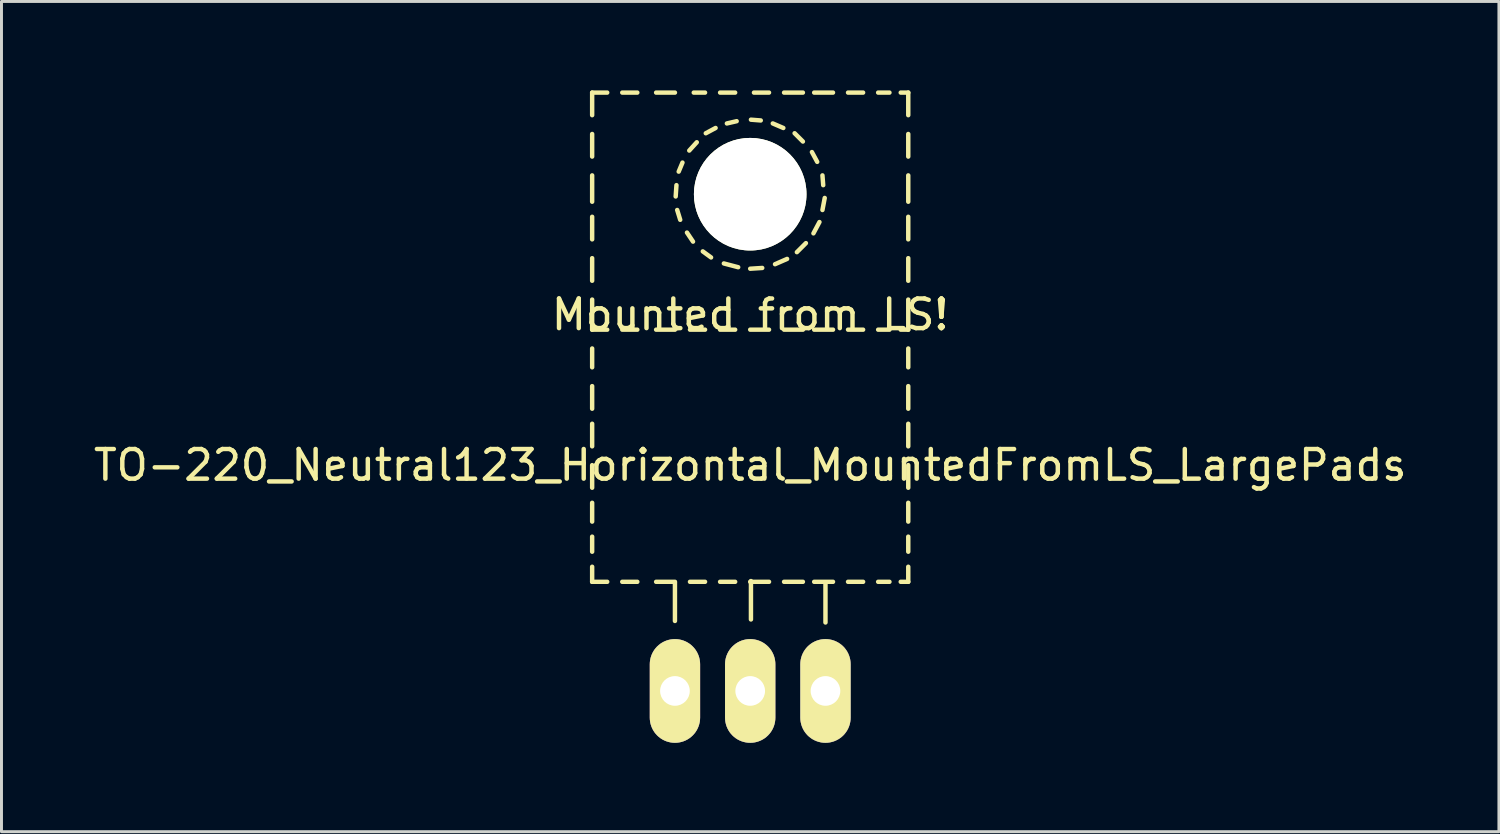
<source format=kicad_pcb>
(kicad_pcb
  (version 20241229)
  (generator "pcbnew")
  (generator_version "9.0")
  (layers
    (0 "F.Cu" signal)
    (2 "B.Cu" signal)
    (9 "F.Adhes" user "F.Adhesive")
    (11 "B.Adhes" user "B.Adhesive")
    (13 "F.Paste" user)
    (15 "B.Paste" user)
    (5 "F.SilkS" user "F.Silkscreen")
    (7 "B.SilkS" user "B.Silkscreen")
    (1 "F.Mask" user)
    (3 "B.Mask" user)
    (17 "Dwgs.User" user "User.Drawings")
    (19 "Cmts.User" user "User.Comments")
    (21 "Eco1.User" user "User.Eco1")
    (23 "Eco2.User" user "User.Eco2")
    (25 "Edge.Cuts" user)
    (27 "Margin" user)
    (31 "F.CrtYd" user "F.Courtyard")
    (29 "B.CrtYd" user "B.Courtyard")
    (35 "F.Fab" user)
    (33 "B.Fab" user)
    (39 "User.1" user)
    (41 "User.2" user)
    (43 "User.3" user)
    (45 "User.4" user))
  (footprint "TO-220_Neutral123_Horizontal_MountedFromLS_LargePads"
    (layer "F.Cu")
    (at 22.268 20.268)
    (property "Reference" "TO-220_Neutral123_Horizontal_MountedFromLS_LargePads" (at 0 -7.62 0) (layer "F.SilkS") (effects (font (size 1 1) (thickness 0.15))))
    (attr through_hole)
    (fp_line (start -5.334 -20.193) (end -5.334 -19.431) (stroke (width 0.15) (type solid)) (layer "F.SilkS"))
    (fp_line (start -5.334 -20.193) (end -4.826 -20.193) (stroke (width 0.15) (type solid)) (layer "F.SilkS"))
    (fp_line (start -5.334 -18.796) (end -5.334 -18.034) (stroke (width 0.15) (type solid)) (layer "F.SilkS"))
    (fp_line (start -5.334 -17.399) (end -5.334 -16.51) (stroke (width 0.15) (type solid)) (layer "F.SilkS"))
    (fp_line (start -5.334 -16.002) (end -5.334 -15.24) (stroke (width 0.15) (type solid)) (layer "F.SilkS"))
    (fp_line (start -5.334 -14.605) (end -5.334 -13.843) (stroke (width 0.15) (type solid)) (layer "F.SilkS"))
    (fp_line (start -5.334 -13.208) (end -5.334 -12.192) (stroke (width 0.15) (type solid)) (layer "F.SilkS"))
    (fp_line (start -5.334 -12.192) (end -4.826 -12.192) (stroke (width 0.15) (type solid)) (layer "F.SilkS"))
    (fp_line (start -5.334 -11.557) (end -5.334 -10.922) (stroke (width 0.15) (type solid)) (layer "F.SilkS"))
    (fp_line (start -5.334 -10.287) (end -5.334 -9.525) (stroke (width 0.15) (type solid)) (layer "F.SilkS"))
    (fp_line (start -5.334 -9.017) (end -5.334 -8.255) (stroke (width 0.15) (type solid)) (layer "F.SilkS"))
    (fp_line (start -5.334 -7.62) (end -5.334 -6.858) (stroke (width 0.15) (type solid)) (layer "F.SilkS"))
    (fp_line (start -5.334 -6.35) (end -5.334 -5.715) (stroke (width 0.15) (type solid)) (layer "F.SilkS"))
    (fp_line (start -5.334 -5.207) (end -5.334 -4.699) (stroke (width 0.15) (type solid)) (layer "F.SilkS"))
    (fp_line (start -5.334 -4.191) (end -5.334 -3.683) (stroke (width 0.15) (type solid)) (layer "F.SilkS"))
    (fp_line (start -5.334 -3.683) (end -4.826 -3.683) (stroke (width 0.15) (type solid)) (layer "F.SilkS"))
    (fp_line (start -4.318 -20.193) (end -3.81 -20.193) (stroke (width 0.15) (type solid)) (layer "F.SilkS"))
    (fp_line (start -4.318 -12.192) (end -3.81 -12.192) (stroke (width 0.15) (type solid)) (layer "F.SilkS"))
    (fp_line (start -4.318 -3.683) (end -3.81 -3.683) (stroke (width 0.15) (type solid)) (layer "F.SilkS"))
    (fp_line (start -3.175 -20.193) (end -2.54 -20.193) (stroke (width 0.15) (type solid)) (layer "F.SilkS"))
    (fp_line (start -3.175 -12.192) (end -2.54 -12.192) (stroke (width 0.15) (type solid)) (layer "F.SilkS"))
    (fp_line (start -3.175 -3.683) (end -2.54 -3.683) (stroke (width 0.15) (type solid)) (layer "F.SilkS"))
    (fp_line (start -2.54 -3.658) (end -2.54 -2.362) (stroke (width 0.15) (type solid)) (layer "F.SilkS"))
    (fp_line (start -2.515 -16.688) (end -2.489 -17.069) (stroke (width 0.15) (type solid)) (layer "F.SilkS"))
    (fp_line (start -2.413 -17.526) (end -2.286 -17.831) (stroke (width 0.15) (type solid)) (layer "F.SilkS"))
    (fp_line (start -2.362 -15.9) (end -2.464 -16.231) (stroke (width 0.15) (type solid)) (layer "F.SilkS"))
    (fp_line (start -2.057 -18.237) (end -1.803 -18.517) (stroke (width 0.15) (type solid)) (layer "F.SilkS"))
    (fp_line (start -2.032 -12.192) (end -1.524 -12.192) (stroke (width 0.15) (type solid)) (layer "F.SilkS"))
    (fp_line (start -2.032 -3.683) (end -1.524 -3.683) (stroke (width 0.15) (type solid)) (layer "F.SilkS"))
    (fp_line (start -1.93 -15.164) (end -2.134 -15.469) (stroke (width 0.15) (type solid)) (layer "F.SilkS"))
    (fp_line (start -1.905 -20.193) (end -1.524 -20.193) (stroke (width 0.15) (type solid)) (layer "F.SilkS"))
    (fp_line (start -1.499 -18.821) (end -1.168 -18.999) (stroke (width 0.15) (type solid)) (layer "F.SilkS"))
    (fp_line (start -1.321 -14.63) (end -1.6 -14.834) (stroke (width 0.15) (type solid)) (layer "F.SilkS"))
    (fp_line (start -1.016 -20.193) (end -0.508 -20.193) (stroke (width 0.15) (type solid)) (layer "F.SilkS"))
    (fp_line (start -1.016 -12.192) (end -0.508 -12.192) (stroke (width 0.15) (type solid)) (layer "F.SilkS"))
    (fp_line (start -1.016 -3.683) (end -0.508 -3.683) (stroke (width 0.15) (type solid)) (layer "F.SilkS"))
    (fp_line (start -0.787 -19.152) (end -0.457 -19.228) (stroke (width 0.15) (type solid)) (layer "F.SilkS"))
    (fp_line (start -0.406 -14.3) (end -0.889 -14.427) (stroke (width 0.15) (type solid)) (layer "F.SilkS"))
    (fp_line (start 0 -12.192) (end 0.635 -12.192) (stroke (width 0.15) (type solid)) (layer "F.SilkS"))
    (fp_line (start 0 -3.683) (end 0.635 -3.683) (stroke (width 0.15) (type solid)) (layer "F.SilkS"))
    (fp_line (start 0.025 -19.279) (end 0.356 -19.253) (stroke (width 0.15) (type solid)) (layer "F.SilkS"))
    (fp_line (start 0.025 -3.708) (end 0.025 -2.413) (stroke (width 0.15) (type solid)) (layer "F.SilkS"))
    (fp_line (start 0.127 -20.193) (end 0.635 -20.193) (stroke (width 0.15) (type solid)) (layer "F.SilkS"))
    (fp_line (start 0.406 -14.275) (end 0 -14.249) (stroke (width 0.15) (type solid)) (layer "F.SilkS"))
    (fp_line (start 0.762 -19.152) (end 1.118 -18.999) (stroke (width 0.15) (type solid)) (layer "F.SilkS"))
    (fp_line (start 1.143 -20.193) (end 1.778 -20.193) (stroke (width 0.15) (type solid)) (layer "F.SilkS"))
    (fp_line (start 1.143 -12.192) (end 1.778 -12.192) (stroke (width 0.15) (type solid)) (layer "F.SilkS"))
    (fp_line (start 1.143 -3.683) (end 1.778 -3.683) (stroke (width 0.15) (type solid)) (layer "F.SilkS"))
    (fp_line (start 1.245 -14.58) (end 0.838 -14.402) (stroke (width 0.15) (type solid)) (layer "F.SilkS"))
    (fp_line (start 1.499 -18.821) (end 1.778 -18.542) (stroke (width 0.15) (type solid)) (layer "F.SilkS"))
    (fp_line (start 1.88 -15.113) (end 1.575 -14.808) (stroke (width 0.15) (type solid)) (layer "F.SilkS"))
    (fp_line (start 2.083 -18.186) (end 2.261 -17.856) (stroke (width 0.15) (type solid)) (layer "F.SilkS"))
    (fp_line (start 2.159 -20.193) (end 2.794 -20.193) (stroke (width 0.15) (type solid)) (layer "F.SilkS"))
    (fp_line (start 2.159 -12.192) (end 2.794 -12.192) (stroke (width 0.15) (type solid)) (layer "F.SilkS"))
    (fp_line (start 2.159 -3.683) (end 2.794 -3.683) (stroke (width 0.15) (type solid)) (layer "F.SilkS"))
    (fp_line (start 2.337 -15.824) (end 2.134 -15.443) (stroke (width 0.15) (type solid)) (layer "F.SilkS"))
    (fp_line (start 2.438 -17.399) (end 2.464 -17.069) (stroke (width 0.15) (type solid)) (layer "F.SilkS"))
    (fp_line (start 2.515 -16.637) (end 2.438 -16.231) (stroke (width 0.15) (type solid)) (layer "F.SilkS"))
    (fp_line (start 2.54 -3.658) (end 2.54 -2.311) (stroke (width 0.15) (type solid)) (layer "F.SilkS"))
    (fp_line (start 3.302 -20.193) (end 3.81 -20.193) (stroke (width 0.15) (type solid)) (layer "F.SilkS"))
    (fp_line (start 3.302 -12.192) (end 3.81 -12.192) (stroke (width 0.15) (type solid)) (layer "F.SilkS"))
    (fp_line (start 3.302 -3.683) (end 3.81 -3.683) (stroke (width 0.15) (type solid)) (layer "F.SilkS"))
    (fp_line (start 4.318 -20.193) (end 4.699 -20.193) (stroke (width 0.15) (type solid)) (layer "F.SilkS"))
    (fp_line (start 4.318 -12.192) (end 4.699 -12.192) (stroke (width 0.15) (type solid)) (layer "F.SilkS"))
    (fp_line (start 4.318 -3.683) (end 4.699 -3.683) (stroke (width 0.15) (type solid)) (layer "F.SilkS"))
    (fp_line (start 5.08 -20.193) (end 5.334 -20.193) (stroke (width 0.15) (type solid)) (layer "F.SilkS"))
    (fp_line (start 5.08 -12.192) (end 5.334 -12.192) (stroke (width 0.15) (type solid)) (layer "F.SilkS"))
    (fp_line (start 5.08 -3.683) (end 5.334 -3.683) (stroke (width 0.15) (type solid)) (layer "F.SilkS"))
    (fp_line (start 5.334 -20.193) (end 5.334 -19.431) (stroke (width 0.15) (type solid)) (layer "F.SilkS"))
    (fp_line (start 5.334 -18.796) (end 5.334 -18.034) (stroke (width 0.15) (type solid)) (layer "F.SilkS"))
    (fp_line (start 5.334 -17.399) (end 5.334 -16.51) (stroke (width 0.15) (type solid)) (layer "F.SilkS"))
    (fp_line (start 5.334 -16.002) (end 5.334 -15.24) (stroke (width 0.15) (type solid)) (layer "F.SilkS"))
    (fp_line (start 5.334 -14.605) (end 5.334 -13.843) (stroke (width 0.15) (type solid)) (layer "F.SilkS"))
    (fp_line (start 5.334 -13.208) (end 5.334 -12.192) (stroke (width 0.15) (type solid)) (layer "F.SilkS"))
    (fp_line (start 5.334 -11.557) (end 5.334 -10.922) (stroke (width 0.15) (type solid)) (layer "F.SilkS"))
    (fp_line (start 5.334 -10.287) (end 5.334 -9.525) (stroke (width 0.15) (type solid)) (layer "F.SilkS"))
    (fp_line (start 5.334 -9.017) (end 5.334 -8.255) (stroke (width 0.15) (type solid)) (layer "F.SilkS"))
    (fp_line (start 5.334 -7.62) (end 5.334 -6.858) (stroke (width 0.15) (type solid)) (layer "F.SilkS"))
    (fp_line (start 5.334 -6.35) (end 5.334 -5.715) (stroke (width 0.15) (type solid)) (layer "F.SilkS"))
    (fp_line (start 5.334 -5.207) (end 5.334 -4.699) (stroke (width 0.15) (type solid)) (layer "F.SilkS"))
    (fp_line (start 5.334 -4.191) (end 5.334 -3.683) (stroke (width 0.15) (type solid)) (layer "F.SilkS"))
    (fp_text user "Mounted from LS!" (at 0 -12.7 0) (layer "F.SilkS") (effects (font (size 1 1) (thickness 0.15))))
    (pad "" np_thru_hole circle (at 0 -16.764 90) (size 3.8 3.8) (drill 3.8) (layers "*.Cu" "*.Mask" "F.SilkS"))
    (pad "1" thru_hole oval (at 2.54 0 90) (size 3.5 1.699) (drill 1.001) (layers "*.Cu" "*.Mask" "F.SilkS"))
    (pad "2" thru_hole oval (at 0 0 90) (size 3.5 1.699) (drill 1.001) (layers "*.Cu" "*.Mask" "F.SilkS"))
    (pad "3" thru_hole oval (at -2.54 0 90) (size 3.5 1.699) (drill 1.001) (layers "*.Cu" "*.Mask" "F.SilkS")))
  (gr_rect
    (start -3 -3)
    (end 47.536 25.018)
    (stroke (width 0.1) (type default))
    (fill no)
    (layer "Edge.Cuts")))
</source>
